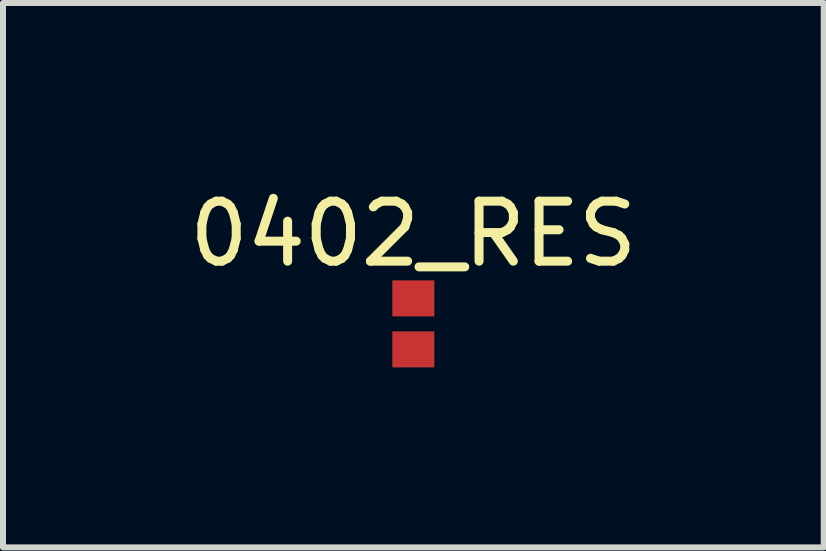
<source format=kicad_pcb>
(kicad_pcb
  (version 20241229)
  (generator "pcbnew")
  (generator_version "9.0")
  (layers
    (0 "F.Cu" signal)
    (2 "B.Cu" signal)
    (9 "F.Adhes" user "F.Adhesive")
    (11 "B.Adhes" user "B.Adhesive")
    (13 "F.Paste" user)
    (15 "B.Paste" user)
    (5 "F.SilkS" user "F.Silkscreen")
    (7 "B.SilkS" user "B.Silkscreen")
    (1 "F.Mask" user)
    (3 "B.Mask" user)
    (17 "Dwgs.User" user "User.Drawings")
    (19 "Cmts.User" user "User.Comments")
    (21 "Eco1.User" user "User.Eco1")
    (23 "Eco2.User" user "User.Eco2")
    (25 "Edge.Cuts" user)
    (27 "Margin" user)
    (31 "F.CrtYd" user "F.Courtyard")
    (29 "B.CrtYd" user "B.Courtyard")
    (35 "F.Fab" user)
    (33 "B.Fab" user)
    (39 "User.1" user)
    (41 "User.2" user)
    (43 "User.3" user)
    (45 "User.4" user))
  (footprint "0402_RES"
    (layer "F.Cu")
    (at 3.839 2.348)
    (property "Reference" "0402_RES" (at 0 -1.5 0) (layer "F.SilkS") (effects (font (size 1 1) (thickness 0.15))))
    (attr through_hole)
    (pad "1" smd rect (at 0 -0.425) (size 0.7 0.6) (layers "F.Cu" "F.Mask" "F.Paste"))
    (pad "2" smd rect (at 0 0.425) (size 0.7 0.6) (layers "F.Cu" "F.Mask" "F.Paste")))
  (gr_rect
    (start -3 -3)
    (end 10.679 6.073)
    (stroke (width 0.1) (type default))
    (fill no)
    (layer "Edge.Cuts")))
</source>
